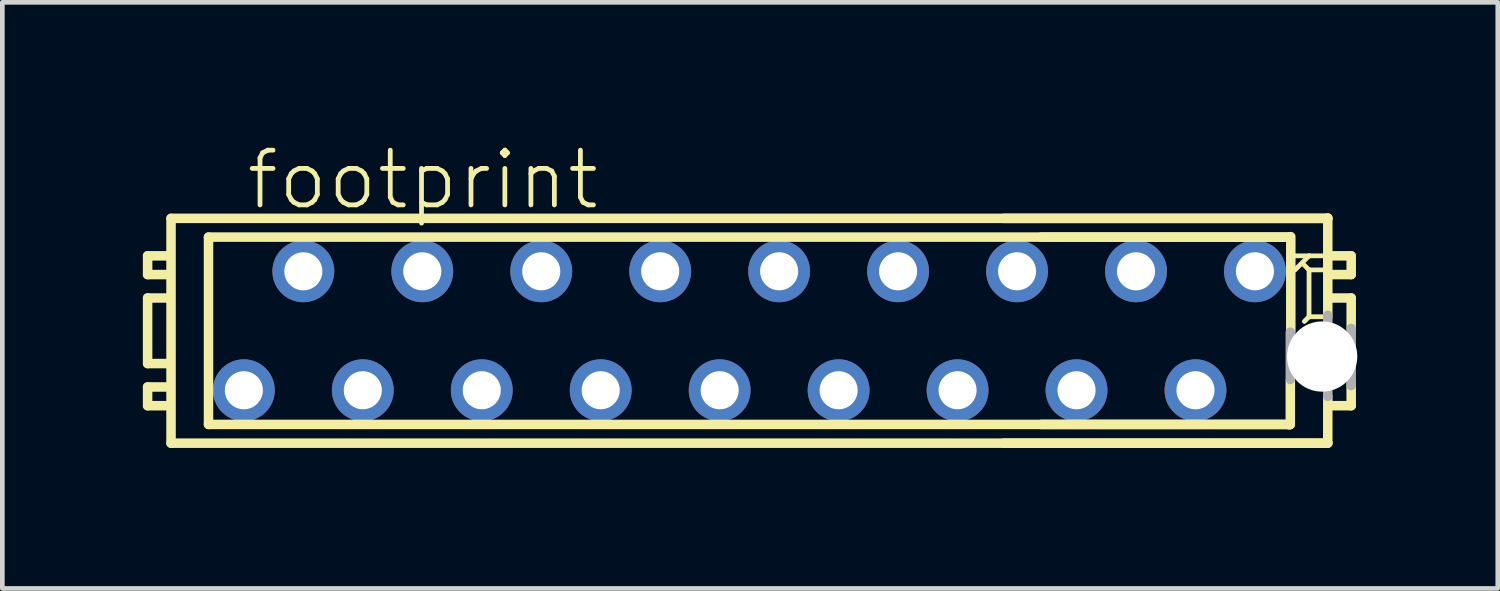
<source format=kicad_pcb>
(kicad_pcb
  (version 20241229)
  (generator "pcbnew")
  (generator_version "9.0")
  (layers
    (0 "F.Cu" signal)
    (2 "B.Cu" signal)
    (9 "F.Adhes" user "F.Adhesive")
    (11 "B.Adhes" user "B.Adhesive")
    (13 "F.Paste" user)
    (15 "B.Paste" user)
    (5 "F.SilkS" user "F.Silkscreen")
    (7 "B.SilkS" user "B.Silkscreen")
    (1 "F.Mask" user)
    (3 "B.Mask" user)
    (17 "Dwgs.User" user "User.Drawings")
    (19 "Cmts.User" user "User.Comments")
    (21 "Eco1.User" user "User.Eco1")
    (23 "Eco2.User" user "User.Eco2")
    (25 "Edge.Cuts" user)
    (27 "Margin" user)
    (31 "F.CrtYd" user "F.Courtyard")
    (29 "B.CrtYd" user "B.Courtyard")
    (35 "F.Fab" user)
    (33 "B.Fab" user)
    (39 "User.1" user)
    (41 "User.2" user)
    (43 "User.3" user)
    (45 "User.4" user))
  (footprint "footprint"
    (layer "F.Cu")
    (at 12.952 4.013)
    (property "Reference" "footprint" (at -10.795 -2.54 0) (layer "F.SilkS") (effects (font (size 1.168 1.168) (thickness 0.102)) (justify left bottom)))
    (fp_line (start -12.85 -1.6) (end -12.85 -1.2) (stroke (width 0.203) (type solid)) (layer "F.SilkS"))
    (fp_line (start -12.85 -1.2) (end -12.45 -1.2) (stroke (width 0.203) (type solid)) (layer "F.SilkS"))
    (fp_line (start -12.85 -0.7) (end -12.85 0.7) (stroke (width 0.203) (type solid)) (layer "F.SilkS"))
    (fp_line (start -12.85 0.7) (end -12.45 0.7) (stroke (width 0.203) (type solid)) (layer "F.SilkS"))
    (fp_line (start -12.85 1.2) (end -12.85 1.6) (stroke (width 0.203) (type solid)) (layer "F.SilkS"))
    (fp_line (start -12.85 1.6) (end -12.45 1.6) (stroke (width 0.203) (type solid)) (layer "F.SilkS"))
    (fp_line (start -12.45 -1.6) (end -12.85 -1.6) (stroke (width 0.203) (type solid)) (layer "F.SilkS"))
    (fp_line (start -12.45 -0.7) (end -12.85 -0.7) (stroke (width 0.203) (type solid)) (layer "F.SilkS"))
    (fp_line (start -12.45 1.2) (end -12.85 1.2) (stroke (width 0.203) (type solid)) (layer "F.SilkS"))
    (fp_line (start -12.35 -2.4) (end -12.35 2.4) (stroke (width 0.203) (type solid)) (layer "F.SilkS"))
    (fp_line (start -11.55 -2) (end -11.55 2) (stroke (width 0.203) (type solid)) (layer "F.SilkS"))
    (fp_line (start 11.53 2.01) (end 11.55 1.96) (stroke (width 0.203) (type solid)) (layer "F.SilkS"))
    (fp_line (start 11.55 -2) (end -11.55 -2) (stroke (width 0.203) (type solid)) (layer "F.SilkS"))
    (fp_line (start 11.55 -2) (end 6.23 -2) (stroke (width 0.203) (type solid)) (layer "F.SilkS"))
    (fp_line (start 11.55 1.96) (end 11.55 1.07) (stroke (width 0.203) (type solid)) (layer "F.SilkS"))
    (fp_line (start 11.55 2) (end -11.55 2) (stroke (width 0.203) (type solid)) (layer "F.SilkS"))
    (fp_line (start 11.55 2) (end 6.23 2) (stroke (width 0.203) (type solid)) (layer "F.SilkS"))
    (fp_line (start 11.56 -2.01) (end 11.56 0.02) (stroke (width 0.203) (type solid)) (layer "F.SilkS"))
    (fp_line (start 11.85 -1.4) (end 11.95 -1.3) (stroke (width 0.102) (type solid)) (layer "F.SilkS"))
    (fp_line (start 11.85 -0.2) (end 11.95 -0.3) (stroke (width 0.102) (type solid)) (layer "F.SilkS"))
    (fp_line (start 11.95 -1.6) (end 11.65 -1.6) (stroke (width 0.102) (type solid)) (layer "F.SilkS"))
    (fp_line (start 11.95 -1.6) (end 11.65 -1.3) (stroke (width 0.102) (type solid)) (layer "F.SilkS"))
    (fp_line (start 11.95 -1.3) (end 11.95 -0.3) (stroke (width 0.102) (type solid)) (layer "F.SilkS"))
    (fp_line (start 11.95 -0.3) (end 12.25 -0.3) (stroke (width 0.102) (type solid)) (layer "F.SilkS"))
    (fp_line (start 12.25 -1.6) (end 11.95 -1.6) (stroke (width 0.102) (type solid)) (layer "F.SilkS"))
    (fp_line (start 12.25 -1.3) (end 11.95 -1.3) (stroke (width 0.102) (type solid)) (layer "F.SilkS"))
    (fp_line (start 12.35 -2.41) (end 12.35 -0.3) (stroke (width 0.203) (type solid)) (layer "F.SilkS"))
    (fp_line (start 12.35 -2.4) (end -12.35 -2.4) (stroke (width 0.203) (type solid)) (layer "F.SilkS"))
    (fp_line (start 12.35 -2.4) (end 5.43 -2.4) (stroke (width 0.203) (type solid)) (layer "F.SilkS"))
    (fp_line (start 12.35 2.39) (end 12.35 1.4) (stroke (width 0.203) (type solid)) (layer "F.SilkS"))
    (fp_line (start 12.35 2.4) (end -12.35 2.4) (stroke (width 0.203) (type solid)) (layer "F.SilkS"))
    (fp_line (start 12.35 2.4) (end 5.43 2.4) (stroke (width 0.203) (type solid)) (layer "F.SilkS"))
    (fp_line (start 12.45 -1.2) (end 12.85 -1.2) (stroke (width 0.203) (type solid)) (layer "F.SilkS"))
    (fp_line (start 12.45 1.6) (end 12.85 1.6) (stroke (width 0.203) (type solid)) (layer "F.SilkS"))
    (fp_line (start 12.85 -1.6) (end 12.45 -1.6) (stroke (width 0.203) (type solid)) (layer "F.SilkS"))
    (fp_line (start 12.85 -1.2) (end 12.85 -1.6) (stroke (width 0.203) (type solid)) (layer "F.SilkS"))
    (fp_line (start 12.85 -0.7) (end 12.45 -0.7) (stroke (width 0.203) (type solid)) (layer "F.SilkS"))
    (fp_line (start 12.85 -0.04) (end 12.85 -0.7) (stroke (width 0.203) (type solid)) (layer "F.SilkS"))
    (fp_line (start 12.85 1.6) (end 12.85 1.13) (stroke (width 0.203) (type solid)) (layer "F.SilkS"))
    (fp_line (start 11.55 0.03) (end 11.55 1.04) (stroke (width 0.203) (type solid)) (layer "F.Fab"))
    (fp_line (start 12.35 1.4) (end 12.35 -0.33) (stroke (width 0.203) (type solid)) (layer "F.Fab"))
    (fp_line (start 12.85 -0.05) (end 12.85 1.17) (stroke (width 0.203) (type solid)) (layer "F.Fab"))
    (pad "" np_thru_hole circle (at 12.23 0.55) (size 1.5 1.5) (drill 1.5) (layers "*.Cu" "*.Mask"))
    (pad "1" thru_hole circle (at 10.795 -1.27) (size 1.321 1.321) (drill 0.813) (layers "*.Cu" "*.Mask"))
    (pad "2" thru_hole circle (at 9.525 1.27) (size 1.321 1.321) (drill 0.813) (layers "*.Cu" "*.Mask"))
    (pad "3" thru_hole circle (at 8.255 -1.27) (size 1.321 1.321) (drill 0.813) (layers "*.Cu" "*.Mask"))
    (pad "4" thru_hole circle (at 6.985 1.27) (size 1.321 1.321) (drill 0.813) (layers "*.Cu" "*.Mask"))
    (pad "5" thru_hole circle (at 5.715 -1.27) (size 1.321 1.321) (drill 0.813) (layers "*.Cu" "*.Mask"))
    (pad "6" thru_hole circle (at 4.445 1.27) (size 1.321 1.321) (drill 0.813) (layers "*.Cu" "*.Mask"))
    (pad "7" thru_hole circle (at 3.175 -1.27) (size 1.321 1.321) (drill 0.813) (layers "*.Cu" "*.Mask"))
    (pad "8" thru_hole circle (at 1.905 1.27) (size 1.321 1.321) (drill 0.813) (layers "*.Cu" "*.Mask"))
    (pad "9" thru_hole circle (at 0.635 -1.27) (size 1.321 1.321) (drill 0.813) (layers "*.Cu" "*.Mask"))
    (pad "10" thru_hole circle (at -0.635 1.27) (size 1.321 1.321) (drill 0.813) (layers "*.Cu" "*.Mask"))
    (pad "11" thru_hole circle (at -1.905 -1.27) (size 1.321 1.321) (drill 0.813) (layers "*.Cu" "*.Mask"))
    (pad "12" thru_hole circle (at -3.175 1.27) (size 1.321 1.321) (drill 0.813) (layers "*.Cu" "*.Mask"))
    (pad "13" thru_hole circle (at -4.445 -1.27) (size 1.321 1.321) (drill 0.813) (layers "*.Cu" "*.Mask"))
    (pad "14" thru_hole circle (at -5.715 1.27) (size 1.321 1.321) (drill 0.813) (layers "*.Cu" "*.Mask"))
    (pad "15" thru_hole circle (at -6.985 -1.27) (size 1.321 1.321) (drill 0.813) (layers "*.Cu" "*.Mask"))
    (pad "16" thru_hole circle (at -8.255 1.27) (size 1.321 1.321) (drill 0.813) (layers "*.Cu" "*.Mask"))
    (pad "17" thru_hole circle (at -9.525 -1.27) (size 1.321 1.321) (drill 0.813) (layers "*.Cu" "*.Mask"))
    (pad "18" thru_hole circle (at -10.795 1.27) (size 1.321 1.321) (drill 0.813) (layers "*.Cu" "*.Mask")))
  (gr_rect
    (start -3 -3)
    (end 28.932 9.515)
    (stroke (width 0.1) (type default))
    (fill no)
    (layer "Edge.Cuts")))
</source>
